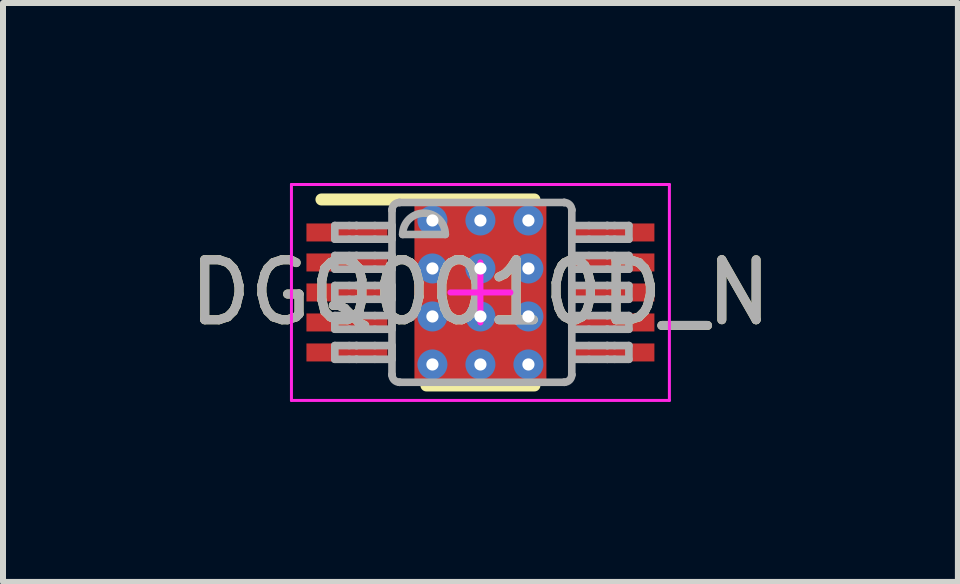
<source format=kicad_pcb>
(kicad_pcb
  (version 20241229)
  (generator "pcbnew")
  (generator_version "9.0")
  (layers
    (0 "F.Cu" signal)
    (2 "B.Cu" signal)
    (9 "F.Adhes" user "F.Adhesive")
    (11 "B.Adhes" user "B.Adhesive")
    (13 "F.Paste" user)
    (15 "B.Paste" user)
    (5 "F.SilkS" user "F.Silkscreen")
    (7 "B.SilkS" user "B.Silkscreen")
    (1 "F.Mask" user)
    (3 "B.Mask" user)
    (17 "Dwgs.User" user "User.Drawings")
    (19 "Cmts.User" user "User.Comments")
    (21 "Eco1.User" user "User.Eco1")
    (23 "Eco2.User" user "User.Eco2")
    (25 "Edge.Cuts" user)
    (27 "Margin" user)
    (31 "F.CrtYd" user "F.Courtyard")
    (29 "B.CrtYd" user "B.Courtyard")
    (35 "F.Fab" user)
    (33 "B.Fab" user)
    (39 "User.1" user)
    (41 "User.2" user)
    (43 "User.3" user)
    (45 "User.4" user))
  (footprint "DGQ0010D_N"
    (layer "F.Cu")
    (at 4.958 1.825)
    (property "Reference" "DGQ0010D_N" (at 0 0 0) (unlocked yes) (layer "F.SilkS") (effects (font (size 1 1) (thickness 0.15))))
    (attr through_hole)
    (fp_poly (pts (xy -0.915 0.899) (xy -0.915 -0.899) (xy -0.914 -0.908) (xy -0.912 -0.917) (xy -0.907 -0.925) (xy -0.902 -0.932) (xy -0.895 -0.937) (xy -0.887 -0.942) (xy -0.878 -0.944) (xy -0.869 -0.945) (xy 0.869 -0.945) (xy 0.878 -0.944) (xy 0.887 -0.942) (xy 0.895 -0.937) (xy 0.902 -0.932) (xy 0.907 -0.925) (xy 0.912 -0.917) (xy 0.914 -0.908) (xy 0.915 -0.899) (xy 0.915 0.899) (xy 0.914 0.908) (xy 0.912 0.917) (xy 0.907 0.925) (xy 0.902 0.932) (xy 0.895 0.937) (xy 0.887 0.942) (xy 0.878 0.944) (xy 0.869 0.945) (xy -0.869 0.945) (xy -0.878 0.944) (xy -0.887 0.942) (xy -0.895 0.937) (xy -0.902 0.932) (xy -0.907 0.925) (xy -0.912 0.917) (xy -0.914 0.908)) (stroke (width 0) (type solid)) (fill yes) (layer "F.Mask"))
    (fp_line (start -2.65 -1.55) (end 0.9 -1.55) (stroke (width 0.2) (type solid)) (layer "F.SilkS"))
    (fp_line (start -0.9 1.55) (end 0.9 1.55) (stroke (width 0.2) (type solid)) (layer "F.SilkS"))
    (fp_poly (pts (xy -0.915 0.899) (xy -0.915 -0.899) (xy -0.914 -0.908) (xy -0.912 -0.917) (xy -0.907 -0.925) (xy -0.902 -0.932) (xy -0.895 -0.937) (xy -0.887 -0.942) (xy -0.878 -0.944) (xy -0.869 -0.945) (xy 0.869 -0.945) (xy 0.878 -0.944) (xy 0.887 -0.942) (xy 0.895 -0.937) (xy 0.902 -0.932) (xy 0.907 -0.925) (xy 0.912 -0.917) (xy 0.914 -0.908) (xy 0.915 -0.899) (xy 0.915 0.899) (xy 0.914 0.908) (xy 0.912 0.917) (xy 0.907 0.925) (xy 0.902 0.932) (xy 0.895 0.937) (xy 0.887 0.942) (xy 0.878 0.944) (xy 0.869 0.945) (xy -0.869 0.945) (xy -0.878 0.944) (xy -0.887 0.942) (xy -0.895 0.937) (xy -0.902 0.932) (xy -0.907 0.925) (xy -0.912 0.917) (xy -0.914 0.908)) (stroke (width 0) (type solid)) (fill yes) (layer "F.Paste"))
    (fp_line (start -3.15 -1.8) (end 3.15 -1.8) (stroke (width 0.05) (type solid)) (layer "F.CrtYd"))
    (fp_line (start -3.15 1.8) (end -3.15 -1.8) (stroke (width 0.05) (type solid)) (layer "F.CrtYd"))
    (fp_line (start -3.15 1.8) (end 3.15 1.8) (stroke (width 0.05) (type solid)) (layer "F.CrtYd"))
    (fp_line (start -0.5 0) (end 0.5 0) (stroke (width 0.1) (type solid)) (layer "F.CrtYd"))
    (fp_line (start 0 0.5) (end 0 -0.5) (stroke (width 0.1) (type solid)) (layer "F.CrtYd"))
    (fp_line (start 3.15 1.8) (end 3.15 -1.8) (stroke (width 0.05) (type solid)) (layer "F.CrtYd"))
    (fp_line (start -2.427 -1.116) (end -2.187 -1.116) (stroke (width 0.127) (type solid)) (layer "F.Fab"))
    (fp_line (start -2.427 -0.888) (end -2.427 -1.116) (stroke (width 0.127) (type solid)) (layer "F.Fab"))
    (fp_line (start -2.427 -0.888) (end -2.187 -0.888) (stroke (width 0.127) (type solid)) (layer "F.Fab"))
    (fp_line (start -2.427 -0.616) (end -2.187 -0.616) (stroke (width 0.127) (type solid)) (layer "F.Fab"))
    (fp_line (start -2.427 -0.388) (end -2.427 -0.616) (stroke (width 0.127) (type solid)) (layer "F.Fab"))
    (fp_line (start -2.427 -0.388) (end -2.187 -0.388) (stroke (width 0.127) (type solid)) (layer "F.Fab"))
    (fp_line (start -2.427 -0.116) (end -2.187 -0.116) (stroke (width 0.127) (type solid)) (layer "F.Fab"))
    (fp_line (start -2.427 0.113) (end -2.427 -0.116) (stroke (width 0.127) (type solid)) (layer "F.Fab"))
    (fp_line (start -2.427 0.113) (end -2.187 0.113) (stroke (width 0.127) (type solid)) (layer "F.Fab"))
    (fp_line (start -2.427 0.385) (end -2.187 0.385) (stroke (width 0.127) (type solid)) (layer "F.Fab"))
    (fp_line (start -2.427 0.613) (end -2.427 0.385) (stroke (width 0.127) (type solid)) (layer "F.Fab"))
    (fp_line (start -2.427 0.613) (end -2.187 0.613) (stroke (width 0.127) (type solid)) (layer "F.Fab"))
    (fp_line (start -2.427 0.885) (end -2.187 0.885) (stroke (width 0.127) (type solid)) (layer "F.Fab"))
    (fp_line (start -2.427 1.114) (end -2.427 0.885) (stroke (width 0.127) (type solid)) (layer "F.Fab"))
    (fp_line (start -2.427 1.114) (end -2.187 1.114) (stroke (width 0.127) (type solid)) (layer "F.Fab"))
    (fp_line (start -2.187 -1.116) (end -2.067 -1.116) (stroke (width 0.127) (type solid)) (layer "F.Fab"))
    (fp_line (start -2.187 -0.888) (end -2.067 -0.888) (stroke (width 0.127) (type solid)) (layer "F.Fab"))
    (fp_line (start -2.187 -0.616) (end -2.067 -0.616) (stroke (width 0.127) (type solid)) (layer "F.Fab"))
    (fp_line (start -2.187 -0.388) (end -2.067 -0.388) (stroke (width 0.127) (type solid)) (layer "F.Fab"))
    (fp_line (start -2.187 -0.116) (end -2.067 -0.116) (stroke (width 0.127) (type solid)) (layer "F.Fab"))
    (fp_line (start -2.187 0.113) (end -2.067 0.113) (stroke (width 0.127) (type solid)) (layer "F.Fab"))
    (fp_line (start -2.187 0.385) (end -2.067 0.385) (stroke (width 0.127) (type solid)) (layer "F.Fab"))
    (fp_line (start -2.187 0.613) (end -2.067 0.613) (stroke (width 0.127) (type solid)) (layer "F.Fab"))
    (fp_line (start -2.187 0.885) (end -2.067 0.885) (stroke (width 0.127) (type solid)) (layer "F.Fab"))
    (fp_line (start -2.187 1.114) (end -2.067 1.114) (stroke (width 0.127) (type solid)) (layer "F.Fab"))
    (fp_line (start -2.067 -1.116) (end -2.064 -1.116) (stroke (width 0.127) (type solid)) (layer "F.Fab"))
    (fp_line (start -2.067 -0.888) (end -2.064 -0.888) (stroke (width 0.127) (type solid)) (layer "F.Fab"))
    (fp_line (start -2.067 -0.616) (end -2.064 -0.616) (stroke (width 0.127) (type solid)) (layer "F.Fab"))
    (fp_line (start -2.067 -0.388) (end -2.064 -0.388) (stroke (width 0.127) (type solid)) (layer "F.Fab"))
    (fp_line (start -2.067 -0.116) (end -2.064 -0.116) (stroke (width 0.127) (type solid)) (layer "F.Fab"))
    (fp_line (start -2.067 0.113) (end -2.064 0.113) (stroke (width 0.127) (type solid)) (layer "F.Fab"))
    (fp_line (start -2.067 0.385) (end -2.064 0.385) (stroke (width 0.127) (type solid)) (layer "F.Fab"))
    (fp_line (start -2.067 0.613) (end -2.064 0.613) (stroke (width 0.127) (type solid)) (layer "F.Fab"))
    (fp_line (start -2.067 0.885) (end -2.064 0.885) (stroke (width 0.127) (type solid)) (layer "F.Fab"))
    (fp_line (start -2.067 1.114) (end -2.064 1.114) (stroke (width 0.127) (type solid)) (layer "F.Fab"))
    (fp_line (start -2.064 -1.116) (end -1.76 -1.116) (stroke (width 0.127) (type solid)) (layer "F.Fab"))
    (fp_line (start -2.064 -0.888) (end -1.76 -0.888) (stroke (width 0.127) (type solid)) (layer "F.Fab"))
    (fp_line (start -2.064 -0.616) (end -1.76 -0.616) (stroke (width 0.127) (type solid)) (layer "F.Fab"))
    (fp_line (start -2.064 -0.388) (end -1.76 -0.388) (stroke (width 0.127) (type solid)) (layer "F.Fab"))
    (fp_line (start -2.064 -0.116) (end -1.76 -0.116) (stroke (width 0.127) (type solid)) (layer "F.Fab"))
    (fp_line (start -2.064 0.113) (end -1.76 0.113) (stroke (width 0.127) (type solid)) (layer "F.Fab"))
    (fp_line (start -2.064 0.385) (end -1.76 0.385) (stroke (width 0.127) (type solid)) (layer "F.Fab"))
    (fp_line (start -2.064 0.613) (end -1.76 0.613) (stroke (width 0.127) (type solid)) (layer "F.Fab"))
    (fp_line (start -2.064 0.885) (end -1.76 0.885) (stroke (width 0.127) (type solid)) (layer "F.Fab"))
    (fp_line (start -2.064 1.114) (end -1.76 1.114) (stroke (width 0.127) (type solid)) (layer "F.Fab"))
    (fp_line (start -1.76 -1.116) (end -1.474 -1.116) (stroke (width 0.127) (type solid)) (layer "F.Fab"))
    (fp_line (start -1.76 -0.888) (end -1.474 -0.888) (stroke (width 0.127) (type solid)) (layer "F.Fab"))
    (fp_line (start -1.76 -0.616) (end -1.474 -0.616) (stroke (width 0.127) (type solid)) (layer "F.Fab"))
    (fp_line (start -1.76 -0.388) (end -1.474 -0.388) (stroke (width 0.127) (type solid)) (layer "F.Fab"))
    (fp_line (start -1.76 -0.116) (end -1.474 -0.116) (stroke (width 0.127) (type solid)) (layer "F.Fab"))
    (fp_line (start -1.76 0.113) (end -1.474 0.113) (stroke (width 0.127) (type solid)) (layer "F.Fab"))
    (fp_line (start -1.76 0.385) (end -1.474 0.385) (stroke (width 0.127) (type solid)) (layer "F.Fab"))
    (fp_line (start -1.76 0.613) (end -1.474 0.613) (stroke (width 0.127) (type solid)) (layer "F.Fab"))
    (fp_line (start -1.76 0.885) (end -1.474 0.885) (stroke (width 0.127) (type solid)) (layer "F.Fab"))
    (fp_line (start -1.76 1.114) (end -1.474 1.114) (stroke (width 0.127) (type solid)) (layer "F.Fab"))
    (fp_line (start -1.474 -1.373) (end -1.474 -1.376) (stroke (width 0.127) (type solid)) (layer "F.Fab"))
    (fp_line (start -1.474 -0.888) (end -1.474 -1.116) (stroke (width 0.127) (type solid)) (layer "F.Fab"))
    (fp_line (start -1.474 -0.388) (end -1.474 -0.616) (stroke (width 0.127) (type solid)) (layer "F.Fab"))
    (fp_line (start -1.474 0.113) (end -1.474 -0.116) (stroke (width 0.127) (type solid)) (layer "F.Fab"))
    (fp_line (start -1.474 0.613) (end -1.474 0.385) (stroke (width 0.127) (type solid)) (layer "F.Fab"))
    (fp_line (start -1.474 1.114) (end -1.474 0.885) (stroke (width 0.127) (type solid)) (layer "F.Fab"))
    (fp_line (start -1.474 1.37) (end -1.474 -1.373) (stroke (width 0.127) (type solid)) (layer "F.Fab"))
    (fp_line (start -1.474 1.37) (end -1.474 1.373) (stroke (width 0.127) (type solid)) (layer "F.Fab"))
    (fp_line (start -1.35 -1.5) (end -1.347 -1.5) (stroke (width 0.127) (type solid)) (layer "F.Fab"))
    (fp_line (start -1.35 1.497) (end -1.347 1.497) (stroke (width 0.127) (type solid)) (layer "F.Fab"))
    (fp_line (start -1.347 -1.5) (end 1.396 -1.5) (stroke (width 0.127) (type solid)) (layer "F.Fab"))
    (fp_line (start -1.347 1.497) (end 1.396 1.497) (stroke (width 0.127) (type solid)) (layer "F.Fab"))
    (fp_line (start -1.296 -0.967) (end -0.585 -0.967) (stroke (width 0.127) (type solid)) (layer "F.Fab"))
    (fp_line (start 1.396 -1.5) (end 1.399 -1.5) (stroke (width 0.127) (type solid)) (layer "F.Fab"))
    (fp_line (start 1.396 1.497) (end 1.399 1.497) (stroke (width 0.127) (type solid)) (layer "F.Fab"))
    (fp_line (start 1.523 -1.376) (end 1.523 -1.373) (stroke (width 0.127) (type solid)) (layer "F.Fab"))
    (fp_line (start 1.523 1.373) (end 1.523 1.37) (stroke (width 0.127) (type solid)) (layer "F.Fab"))
    (fp_line (start 1.523 -1.116) (end 1.809 -1.116) (stroke (width 0.127) (type solid)) (layer "F.Fab"))
    (fp_line (start 1.523 -0.888) (end 1.523 -1.116) (stroke (width 0.127) (type solid)) (layer "F.Fab"))
    (fp_line (start 1.523 -0.888) (end 1.809 -0.888) (stroke (width 0.127) (type solid)) (layer "F.Fab"))
    (fp_line (start 1.523 -0.616) (end 1.809 -0.616) (stroke (width 0.127) (type solid)) (layer "F.Fab"))
    (fp_line (start 1.523 -0.388) (end 1.523 -0.616) (stroke (width 0.127) (type solid)) (layer "F.Fab"))
    (fp_line (start 1.523 -0.388) (end 1.809 -0.388) (stroke (width 0.127) (type solid)) (layer "F.Fab"))
    (fp_line (start 1.523 -0.116) (end 1.809 -0.116) (stroke (width 0.127) (type solid)) (layer "F.Fab"))
    (fp_line (start 1.523 0.113) (end 1.523 -0.116) (stroke (width 0.127) (type solid)) (layer "F.Fab"))
    (fp_line (start 1.523 0.113) (end 1.809 0.113) (stroke (width 0.127) (type solid)) (layer "F.Fab"))
    (fp_line (start 1.523 0.385) (end 1.809 0.385) (stroke (width 0.127) (type solid)) (layer "F.Fab"))
    (fp_line (start 1.523 0.613) (end 1.523 0.385) (stroke (width 0.127) (type solid)) (layer "F.Fab"))
    (fp_line (start 1.523 0.613) (end 1.809 0.613) (stroke (width 0.127) (type solid)) (layer "F.Fab"))
    (fp_line (start 1.523 0.885) (end 1.809 0.885) (stroke (width 0.127) (type solid)) (layer "F.Fab"))
    (fp_line (start 1.523 1.114) (end 1.523 0.885) (stroke (width 0.127) (type solid)) (layer "F.Fab"))
    (fp_line (start 1.523 1.114) (end 1.809 1.114) (stroke (width 0.127) (type solid)) (layer "F.Fab"))
    (fp_line (start 1.523 1.37) (end 1.523 -1.373) (stroke (width 0.127) (type solid)) (layer "F.Fab"))
    (fp_line (start 1.809 -1.116) (end 2.113 -1.116) (stroke (width 0.127) (type solid)) (layer "F.Fab"))
    (fp_line (start 1.809 -0.888) (end 2.113 -0.888) (stroke (width 0.127) (type solid)) (layer "F.Fab"))
    (fp_line (start 1.809 -0.616) (end 2.113 -0.616) (stroke (width 0.127) (type solid)) (layer "F.Fab"))
    (fp_line (start 1.809 -0.388) (end 2.113 -0.388) (stroke (width 0.127) (type solid)) (layer "F.Fab"))
    (fp_line (start 1.809 -0.116) (end 2.113 -0.116) (stroke (width 0.127) (type solid)) (layer "F.Fab"))
    (fp_line (start 1.809 0.113) (end 2.113 0.113) (stroke (width 0.127) (type solid)) (layer "F.Fab"))
    (fp_line (start 1.809 0.385) (end 2.113 0.385) (stroke (width 0.127) (type solid)) (layer "F.Fab"))
    (fp_line (start 1.809 0.613) (end 2.113 0.613) (stroke (width 0.127) (type solid)) (layer "F.Fab"))
    (fp_line (start 1.809 0.885) (end 2.113 0.885) (stroke (width 0.127) (type solid)) (layer "F.Fab"))
    (fp_line (start 1.809 1.114) (end 2.113 1.114) (stroke (width 0.127) (type solid)) (layer "F.Fab"))
    (fp_line (start 2.113 -1.116) (end 2.116 -1.116) (stroke (width 0.127) (type solid)) (layer "F.Fab"))
    (fp_line (start 2.113 -0.888) (end 2.116 -0.888) (stroke (width 0.127) (type solid)) (layer "F.Fab"))
    (fp_line (start 2.113 -0.616) (end 2.116 -0.616) (stroke (width 0.127) (type solid)) (layer "F.Fab"))
    (fp_line (start 2.113 -0.388) (end 2.116 -0.388) (stroke (width 0.127) (type solid)) (layer "F.Fab"))
    (fp_line (start 2.113 -0.116) (end 2.116 -0.116) (stroke (width 0.127) (type solid)) (layer "F.Fab"))
    (fp_line (start 2.113 0.113) (end 2.116 0.113) (stroke (width 0.127) (type solid)) (layer "F.Fab"))
    (fp_line (start 2.113 0.385) (end 2.116 0.385) (stroke (width 0.127) (type solid)) (layer "F.Fab"))
    (fp_line (start 2.113 0.613) (end 2.116 0.613) (stroke (width 0.127) (type solid)) (layer "F.Fab"))
    (fp_line (start 2.113 0.885) (end 2.116 0.885) (stroke (width 0.127) (type solid)) (layer "F.Fab"))
    (fp_line (start 2.113 1.114) (end 2.116 1.114) (stroke (width 0.127) (type solid)) (layer "F.Fab"))
    (fp_line (start 2.116 -1.116) (end 2.236 -1.116) (stroke (width 0.127) (type solid)) (layer "F.Fab"))
    (fp_line (start 2.116 -0.888) (end 2.236 -0.888) (stroke (width 0.127) (type solid)) (layer "F.Fab"))
    (fp_line (start 2.116 -0.616) (end 2.236 -0.616) (stroke (width 0.127) (type solid)) (layer "F.Fab"))
    (fp_line (start 2.116 -0.388) (end 2.236 -0.388) (stroke (width 0.127) (type solid)) (layer "F.Fab"))
    (fp_line (start 2.116 -0.116) (end 2.236 -0.116) (stroke (width 0.127) (type solid)) (layer "F.Fab"))
    (fp_line (start 2.116 0.113) (end 2.236 0.113) (stroke (width 0.127) (type solid)) (layer "F.Fab"))
    (fp_line (start 2.116 0.385) (end 2.236 0.385) (stroke (width 0.127) (type solid)) (layer "F.Fab"))
    (fp_line (start 2.116 0.613) (end 2.236 0.613) (stroke (width 0.127) (type solid)) (layer "F.Fab"))
    (fp_line (start 2.116 0.885) (end 2.236 0.885) (stroke (width 0.127) (type solid)) (layer "F.Fab"))
    (fp_line (start 2.116 1.114) (end 2.236 1.114) (stroke (width 0.127) (type solid)) (layer "F.Fab"))
    (fp_line (start 2.236 -1.116) (end 2.475 -1.116) (stroke (width 0.127) (type solid)) (layer "F.Fab"))
    (fp_line (start 2.236 -0.888) (end 2.475 -0.888) (stroke (width 0.127) (type solid)) (layer "F.Fab"))
    (fp_line (start 2.236 -0.616) (end 2.475 -0.616) (stroke (width 0.127) (type solid)) (layer "F.Fab"))
    (fp_line (start 2.236 -0.388) (end 2.475 -0.388) (stroke (width 0.127) (type solid)) (layer "F.Fab"))
    (fp_line (start 2.236 -0.116) (end 2.475 -0.116) (stroke (width 0.127) (type solid)) (layer "F.Fab"))
    (fp_line (start 2.236 0.113) (end 2.475 0.113) (stroke (width 0.127) (type solid)) (layer "F.Fab"))
    (fp_line (start 2.236 0.385) (end 2.475 0.385) (stroke (width 0.127) (type solid)) (layer "F.Fab"))
    (fp_line (start 2.236 0.613) (end 2.475 0.613) (stroke (width 0.127) (type solid)) (layer "F.Fab"))
    (fp_line (start 2.236 0.885) (end 2.475 0.885) (stroke (width 0.127) (type solid)) (layer "F.Fab"))
    (fp_line (start 2.236 1.114) (end 2.475 1.114) (stroke (width 0.127) (type solid)) (layer "F.Fab"))
    (fp_line (start 2.475 -0.888) (end 2.475 -1.116) (stroke (width 0.127) (type solid)) (layer "F.Fab"))
    (fp_line (start 2.475 -0.388) (end 2.475 -0.616) (stroke (width 0.127) (type solid)) (layer "F.Fab"))
    (fp_line (start 2.475 0.113) (end 2.475 -0.116) (stroke (width 0.127) (type solid)) (layer "F.Fab"))
    (fp_line (start 2.475 0.613) (end 2.475 0.385) (stroke (width 0.127) (type solid)) (layer "F.Fab"))
    (fp_line (start 2.475 1.114) (end 2.475 0.885) (stroke (width 0.127) (type solid)) (layer "F.Fab"))
    (fp_arc (start -1.474232 -1.375768) (mid -1.437062 -1.46283) (end -1.35 -1.5) (stroke (width 0.127) (type solid)) (layer "F.Fab"))
    (fp_arc (start -1.35 1.49715) (mid -1.437062 1.45998) (end -1.474232 1.372918) (stroke (width 0.127) (type solid)) (layer "F.Fab"))
    (fp_arc (start -1.296457 -0.966625) (mid -0.940857 -1.322225) (end -0.585257 -0.966625) (stroke (width 0.127) (type solid)) (layer "F.Fab"))
    (fp_arc (start 1.398686 -1.5) (mid 1.485749 -1.46283) (end 1.522919 -1.375768) (stroke (width 0.127) (type solid)) (layer "F.Fab"))
    (fp_arc (start 1.522919 1.372918) (mid 1.485749 1.45998) (end 1.398686 1.49715) (stroke (width 0.127) (type solid)) (layer "F.Fab"))
    (fp_text user "${REFERENCE}" (at 0 0 0) (unlocked yes) (layer "F.Fab") (effects (font (size 1 1) (thickness 0.15))))
    (pad "1" smd rect (at -2.225 -1 90) (size 0.3 1.35) (layers "F.Cu" "F.Mask" "F.Paste"))
    (pad "2" smd rect (at -2.225 -0.5 90) (size 0.3 1.35) (layers "F.Cu" "F.Mask" "F.Paste"))
    (pad "3" smd rect (at -2.225 0 90) (size 0.3 1.35) (layers "F.Cu" "F.Mask" "F.Paste"))
    (pad "4" smd rect (at -2.225 0.5 90) (size 0.3 1.35) (layers "F.Cu" "F.Mask" "F.Paste"))
    (pad "5" smd rect (at -2.225 1 90) (size 0.3 1.35) (layers "F.Cu" "F.Mask" "F.Paste"))
    (pad "6" smd rect (at 2.225 1 90) (size 0.3 1.35) (layers "F.Cu" "F.Mask" "F.Paste"))
    (pad "7" smd rect (at 2.225 0.5 90) (size 0.3 1.35) (layers "F.Cu" "F.Mask" "F.Paste"))
    (pad "8" smd rect (at 2.225 0 90) (size 0.3 1.35) (layers "F.Cu" "F.Mask" "F.Paste"))
    (pad "9" smd rect (at 2.225 -0.5 90) (size 0.3 1.35) (layers "F.Cu" "F.Mask" "F.Paste"))
    (pad "10" smd rect (at 2.225 -1 90) (size 0.3 1.35) (layers "F.Cu" "F.Mask" "F.Paste"))
    (pad "11" smd rect (at 0 0) (size 2.2 3.1) (layers "F.Cu"))
    (pad "V" thru_hole circle (at -0.8 -1.2) (size 0.5 0.5) (drill 0.203) (layers "*.Cu" "*.Mask"))
    (pad "V" thru_hole circle (at -0.8 -0.4) (size 0.5 0.5) (drill 0.203) (layers "*.Cu" "*.Mask"))
    (pad "V" thru_hole circle (at -0.8 0.4) (size 0.5 0.5) (drill 0.203) (layers "*.Cu" "*.Mask"))
    (pad "V" thru_hole circle (at -0.8 1.2) (size 0.5 0.5) (drill 0.203) (layers "*.Cu" "*.Mask"))
    (pad "V" thru_hole circle (at 0 -1.2) (size 0.5 0.5) (drill 0.203) (layers "*.Cu" "*.Mask"))
    (pad "V" thru_hole circle (at 0 -0.4) (size 0.5 0.5) (drill 0.203) (layers "*.Cu" "*.Mask"))
    (pad "V" thru_hole circle (at 0 0.4) (size 0.5 0.5) (drill 0.203) (layers "*.Cu" "*.Mask"))
    (pad "V" thru_hole circle (at 0 1.2) (size 0.5 0.5) (drill 0.203) (layers "*.Cu" "*.Mask"))
    (pad "V" thru_hole circle (at 0.8 -1.2) (size 0.5 0.5) (drill 0.203) (layers "*.Cu" "*.Mask"))
    (pad "V" thru_hole circle (at 0.8 -0.4) (size 0.5 0.5) (drill 0.203) (layers "*.Cu" "*.Mask"))
    (pad "V" thru_hole circle (at 0.8 0.4) (size 0.5 0.5) (drill 0.203) (layers "*.Cu" "*.Mask"))
    (pad "V" thru_hole circle (at 0.8 1.2) (size 0.5 0.5) (drill 0.203) (layers "*.Cu" "*.Mask")))
  (gr_rect
    (start -3 -3)
    (end 12.917 6.65)
    (stroke (width 0.1) (type default))
    (fill no)
    (layer "Edge.Cuts")))
</source>
